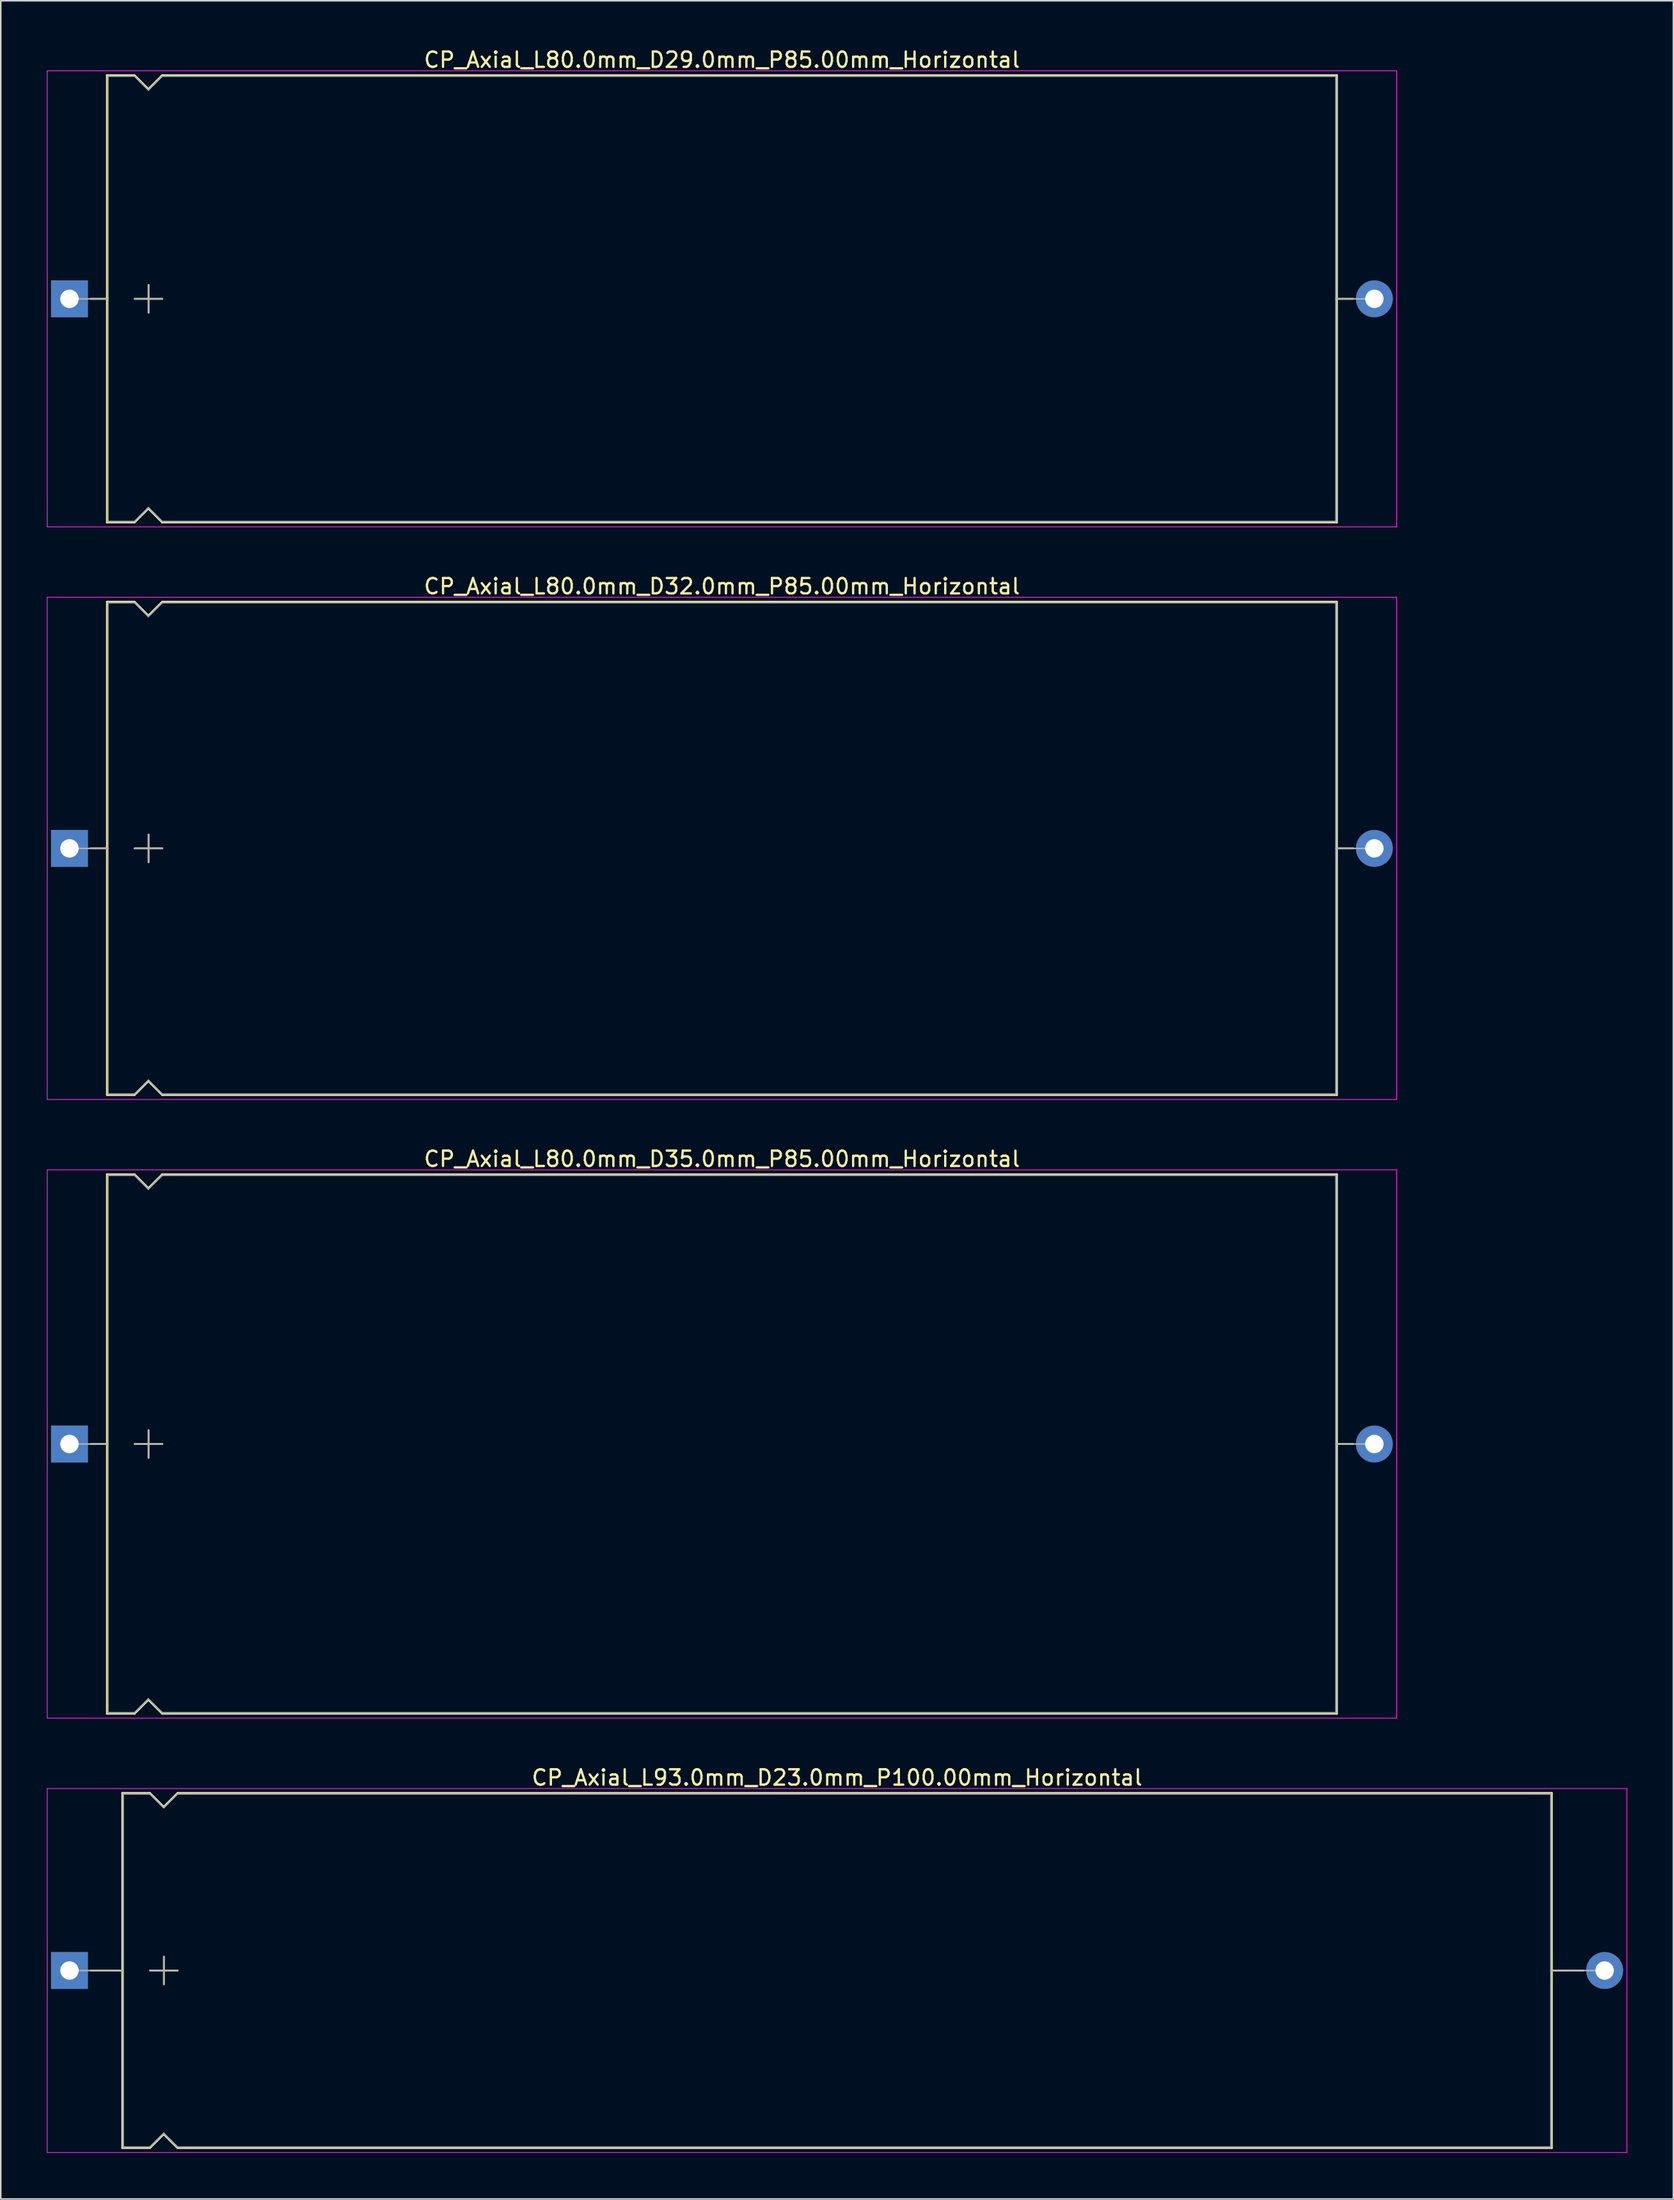
<source format=kicad_pcb>
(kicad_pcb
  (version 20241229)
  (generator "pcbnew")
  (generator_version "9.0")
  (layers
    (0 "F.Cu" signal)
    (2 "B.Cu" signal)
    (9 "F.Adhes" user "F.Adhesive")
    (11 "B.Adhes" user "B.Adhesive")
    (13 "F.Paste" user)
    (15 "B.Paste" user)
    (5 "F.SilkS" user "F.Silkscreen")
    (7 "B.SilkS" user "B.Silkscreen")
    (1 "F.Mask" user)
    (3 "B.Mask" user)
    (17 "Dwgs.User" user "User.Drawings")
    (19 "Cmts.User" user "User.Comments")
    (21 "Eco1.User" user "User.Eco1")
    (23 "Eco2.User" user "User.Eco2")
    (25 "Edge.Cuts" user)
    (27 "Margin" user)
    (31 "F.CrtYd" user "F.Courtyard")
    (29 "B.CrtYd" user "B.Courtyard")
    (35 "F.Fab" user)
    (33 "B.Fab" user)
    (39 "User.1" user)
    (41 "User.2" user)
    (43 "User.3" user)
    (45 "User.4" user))
  (footprint "CP_Axial_L80.0mm_D32.0mm_P85.00mm_Horizontal"
    (layer "F.Cu")
    (at 1.475 52.191)
    (property "Reference" "CP_Axial_L80.0mm_D32.0mm_P85.00mm_Horizontal" (at 42.5 -17.06 0) (layer "F.SilkS") (effects (font (size 1 1) (thickness 0.15))))
    (attr through_hole)
    (fp_line (start 1.38 0) (end 2.44 0) (stroke (width 0.12) (type solid)) (layer "F.SilkS"))
    (fp_line (start 2.44 -16.06) (end 2.44 16.06) (stroke (width 0.12) (type solid)) (layer "F.SilkS"))
    (fp_line (start 2.44 -16.06) (end 4.24 -16.06) (stroke (width 0.12) (type solid)) (layer "F.SilkS"))
    (fp_line (start 2.44 16.06) (end 4.24 16.06) (stroke (width 0.12) (type solid)) (layer "F.SilkS"))
    (fp_line (start 4.24 -16.06) (end 5.14 -15.16) (stroke (width 0.12) (type solid)) (layer "F.SilkS"))
    (fp_line (start 4.24 16.06) (end 5.14 15.16) (stroke (width 0.12) (type solid)) (layer "F.SilkS"))
    (fp_line (start 4.25 0) (end 6.05 0) (stroke (width 0.12) (type solid)) (layer "F.SilkS"))
    (fp_line (start 5.14 -15.16) (end 6.04 -16.06) (stroke (width 0.12) (type solid)) (layer "F.SilkS"))
    (fp_line (start 5.14 15.16) (end 6.04 16.06) (stroke (width 0.12) (type solid)) (layer "F.SilkS"))
    (fp_line (start 5.15 -0.9) (end 5.15 0.9) (stroke (width 0.12) (type solid)) (layer "F.SilkS"))
    (fp_line (start 6.04 -16.06) (end 82.56 -16.06) (stroke (width 0.12) (type solid)) (layer "F.SilkS"))
    (fp_line (start 6.04 16.06) (end 82.56 16.06) (stroke (width 0.12) (type solid)) (layer "F.SilkS"))
    (fp_line (start 82.56 -16.06) (end 82.56 16.06) (stroke (width 0.12) (type solid)) (layer "F.SilkS"))
    (fp_line (start 83.62 0) (end 82.56 0) (stroke (width 0.12) (type solid)) (layer "F.SilkS"))
    (fp_line (start -1.45 -16.35) (end -1.45 16.35) (stroke (width 0.05) (type solid)) (layer "F.CrtYd"))
    (fp_line (start -1.45 16.35) (end 86.45 16.35) (stroke (width 0.05) (type solid)) (layer "F.CrtYd"))
    (fp_line (start 86.45 -16.35) (end -1.45 -16.35) (stroke (width 0.05) (type solid)) (layer "F.CrtYd"))
    (fp_line (start 86.45 16.35) (end 86.45 -16.35) (stroke (width 0.05) (type solid)) (layer "F.CrtYd"))
    (fp_line (start 0 0) (end 2.5 0) (stroke (width 0.1) (type solid)) (layer "F.Fab"))
    (fp_line (start 2.5 -16) (end 2.5 16) (stroke (width 0.1) (type solid)) (layer "F.Fab"))
    (fp_line (start 2.5 -16) (end 4.24 -16) (stroke (width 0.1) (type solid)) (layer "F.Fab"))
    (fp_line (start 2.5 16) (end 4.24 16) (stroke (width 0.1) (type solid)) (layer "F.Fab"))
    (fp_line (start 4.24 -16) (end 5.14 -15.1) (stroke (width 0.1) (type solid)) (layer "F.Fab"))
    (fp_line (start 4.24 16) (end 5.14 15.1) (stroke (width 0.1) (type solid)) (layer "F.Fab"))
    (fp_line (start 4.25 0) (end 6.05 0) (stroke (width 0.1) (type solid)) (layer "F.Fab"))
    (fp_line (start 5.14 -15.1) (end 6.04 -16) (stroke (width 0.1) (type solid)) (layer "F.Fab"))
    (fp_line (start 5.14 15.1) (end 6.04 16) (stroke (width 0.1) (type solid)) (layer "F.Fab"))
    (fp_line (start 5.15 -0.9) (end 5.15 0.9) (stroke (width 0.1) (type solid)) (layer "F.Fab"))
    (fp_line (start 6.04 -16) (end 82.5 -16) (stroke (width 0.1) (type solid)) (layer "F.Fab"))
    (fp_line (start 6.04 16) (end 82.5 16) (stroke (width 0.1) (type solid)) (layer "F.Fab"))
    (fp_line (start 82.5 -16) (end 82.5 16) (stroke (width 0.1) (type solid)) (layer "F.Fab"))
    (fp_line (start 85 0) (end 82.5 0) (stroke (width 0.1) (type solid)) (layer "F.Fab"))
    (pad "1" thru_hole rect (at 0 0) (size 2.4 2.4) (drill 1.2) (layers "*.Cu" "*.Mask"))
    (pad "2" thru_hole oval (at 85 0) (size 2.4 2.4) (drill 1.2) (layers "*.Cu" "*.Mask")))
  (footprint "CP_Axial_L93.0mm_D23.0mm_P100.00mm_Horizontal"
    (layer "F.Cu")
    (at 1.475 125.258)
    (property "Reference" "CP_Axial_L93.0mm_D23.0mm_P100.00mm_Horizontal" (at 50 -12.56 0) (layer "F.SilkS") (effects (font (size 1 1) (thickness 0.15))))
    (attr through_hole)
    (fp_line (start 1.38 0) (end 3.44 0) (stroke (width 0.12) (type solid)) (layer "F.SilkS"))
    (fp_line (start 3.44 -11.56) (end 3.44 11.56) (stroke (width 0.12) (type solid)) (layer "F.SilkS"))
    (fp_line (start 3.44 -11.56) (end 5.24 -11.56) (stroke (width 0.12) (type solid)) (layer "F.SilkS"))
    (fp_line (start 3.44 11.56) (end 5.24 11.56) (stroke (width 0.12) (type solid)) (layer "F.SilkS"))
    (fp_line (start 5.24 -11.56) (end 6.14 -10.66) (stroke (width 0.12) (type solid)) (layer "F.SilkS"))
    (fp_line (start 5.24 11.56) (end 6.14 10.66) (stroke (width 0.12) (type solid)) (layer "F.SilkS"))
    (fp_line (start 5.25 0) (end 7.05 0) (stroke (width 0.12) (type solid)) (layer "F.SilkS"))
    (fp_line (start 6.14 -10.66) (end 7.04 -11.56) (stroke (width 0.12) (type solid)) (layer "F.SilkS"))
    (fp_line (start 6.14 10.66) (end 7.04 11.56) (stroke (width 0.12) (type solid)) (layer "F.SilkS"))
    (fp_line (start 6.15 -0.9) (end 6.15 0.9) (stroke (width 0.12) (type solid)) (layer "F.SilkS"))
    (fp_line (start 7.04 -11.56) (end 96.56 -11.56) (stroke (width 0.12) (type solid)) (layer "F.SilkS"))
    (fp_line (start 7.04 11.56) (end 96.56 11.56) (stroke (width 0.12) (type solid)) (layer "F.SilkS"))
    (fp_line (start 96.56 -11.56) (end 96.56 11.56) (stroke (width 0.12) (type solid)) (layer "F.SilkS"))
    (fp_line (start 98.62 0) (end 96.56 0) (stroke (width 0.12) (type solid)) (layer "F.SilkS"))
    (fp_line (start -1.45 -11.85) (end -1.45 11.85) (stroke (width 0.05) (type solid)) (layer "F.CrtYd"))
    (fp_line (start -1.45 11.85) (end 101.45 11.85) (stroke (width 0.05) (type solid)) (layer "F.CrtYd"))
    (fp_line (start 101.45 -11.85) (end -1.45 -11.85) (stroke (width 0.05) (type solid)) (layer "F.CrtYd"))
    (fp_line (start 101.45 11.85) (end 101.45 -11.85) (stroke (width 0.05) (type solid)) (layer "F.CrtYd"))
    (fp_line (start 0 0) (end 3.5 0) (stroke (width 0.1) (type solid)) (layer "F.Fab"))
    (fp_line (start 3.5 -11.5) (end 3.5 11.5) (stroke (width 0.1) (type solid)) (layer "F.Fab"))
    (fp_line (start 3.5 -11.5) (end 5.24 -11.5) (stroke (width 0.1) (type solid)) (layer "F.Fab"))
    (fp_line (start 3.5 11.5) (end 5.24 11.5) (stroke (width 0.1) (type solid)) (layer "F.Fab"))
    (fp_line (start 5.24 -11.5) (end 6.14 -10.6) (stroke (width 0.1) (type solid)) (layer "F.Fab"))
    (fp_line (start 5.24 11.5) (end 6.14 10.6) (stroke (width 0.1) (type solid)) (layer "F.Fab"))
    (fp_line (start 5.25 0) (end 7.05 0) (stroke (width 0.1) (type solid)) (layer "F.Fab"))
    (fp_line (start 6.14 -10.6) (end 7.04 -11.5) (stroke (width 0.1) (type solid)) (layer "F.Fab"))
    (fp_line (start 6.14 10.6) (end 7.04 11.5) (stroke (width 0.1) (type solid)) (layer "F.Fab"))
    (fp_line (start 6.15 -0.9) (end 6.15 0.9) (stroke (width 0.1) (type solid)) (layer "F.Fab"))
    (fp_line (start 7.04 -11.5) (end 96.5 -11.5) (stroke (width 0.1) (type solid)) (layer "F.Fab"))
    (fp_line (start 7.04 11.5) (end 96.5 11.5) (stroke (width 0.1) (type solid)) (layer "F.Fab"))
    (fp_line (start 96.5 -11.5) (end 96.5 11.5) (stroke (width 0.1) (type solid)) (layer "F.Fab"))
    (fp_line (start 100 0) (end 96.5 0) (stroke (width 0.1) (type solid)) (layer "F.Fab"))
    (pad "1" thru_hole rect (at 0 0) (size 2.4 2.4) (drill 1.2) (layers "*.Cu" "*.Mask"))
    (pad "2" thru_hole oval (at 100 0) (size 2.4 2.4) (drill 1.2) (layers "*.Cu" "*.Mask")))
  (footprint "CP_Axial_L80.0mm_D29.0mm_P85.00mm_Horizontal"
    (layer "F.Cu")
    (at 1.475 16.408)
    (property "Reference" "CP_Axial_L80.0mm_D29.0mm_P85.00mm_Horizontal" (at 42.5 -15.56 0) (layer "F.SilkS") (effects (font (size 1 1) (thickness 0.15))))
    (attr through_hole)
    (fp_line (start 1.38 0) (end 2.44 0) (stroke (width 0.12) (type solid)) (layer "F.SilkS"))
    (fp_line (start 2.44 -14.56) (end 2.44 14.56) (stroke (width 0.12) (type solid)) (layer "F.SilkS"))
    (fp_line (start 2.44 -14.56) (end 4.24 -14.56) (stroke (width 0.12) (type solid)) (layer "F.SilkS"))
    (fp_line (start 2.44 14.56) (end 4.24 14.56) (stroke (width 0.12) (type solid)) (layer "F.SilkS"))
    (fp_line (start 4.24 -14.56) (end 5.14 -13.66) (stroke (width 0.12) (type solid)) (layer "F.SilkS"))
    (fp_line (start 4.24 14.56) (end 5.14 13.66) (stroke (width 0.12) (type solid)) (layer "F.SilkS"))
    (fp_line (start 4.25 0) (end 6.05 0) (stroke (width 0.12) (type solid)) (layer "F.SilkS"))
    (fp_line (start 5.14 -13.66) (end 6.04 -14.56) (stroke (width 0.12) (type solid)) (layer "F.SilkS"))
    (fp_line (start 5.14 13.66) (end 6.04 14.56) (stroke (width 0.12) (type solid)) (layer "F.SilkS"))
    (fp_line (start 5.15 -0.9) (end 5.15 0.9) (stroke (width 0.12) (type solid)) (layer "F.SilkS"))
    (fp_line (start 6.04 -14.56) (end 82.56 -14.56) (stroke (width 0.12) (type solid)) (layer "F.SilkS"))
    (fp_line (start 6.04 14.56) (end 82.56 14.56) (stroke (width 0.12) (type solid)) (layer "F.SilkS"))
    (fp_line (start 82.56 -14.56) (end 82.56 14.56) (stroke (width 0.12) (type solid)) (layer "F.SilkS"))
    (fp_line (start 83.62 0) (end 82.56 0) (stroke (width 0.12) (type solid)) (layer "F.SilkS"))
    (fp_line (start -1.45 -14.85) (end -1.45 14.85) (stroke (width 0.05) (type solid)) (layer "F.CrtYd"))
    (fp_line (start -1.45 14.85) (end 86.45 14.85) (stroke (width 0.05) (type solid)) (layer "F.CrtYd"))
    (fp_line (start 86.45 -14.85) (end -1.45 -14.85) (stroke (width 0.05) (type solid)) (layer "F.CrtYd"))
    (fp_line (start 86.45 14.85) (end 86.45 -14.85) (stroke (width 0.05) (type solid)) (layer "F.CrtYd"))
    (fp_line (start 0 0) (end 2.5 0) (stroke (width 0.1) (type solid)) (layer "F.Fab"))
    (fp_line (start 2.5 -14.5) (end 2.5 14.5) (stroke (width 0.1) (type solid)) (layer "F.Fab"))
    (fp_line (start 2.5 -14.5) (end 4.24 -14.5) (stroke (width 0.1) (type solid)) (layer "F.Fab"))
    (fp_line (start 2.5 14.5) (end 4.24 14.5) (stroke (width 0.1) (type solid)) (layer "F.Fab"))
    (fp_line (start 4.24 -14.5) (end 5.14 -13.6) (stroke (width 0.1) (type solid)) (layer "F.Fab"))
    (fp_line (start 4.24 14.5) (end 5.14 13.6) (stroke (width 0.1) (type solid)) (layer "F.Fab"))
    (fp_line (start 4.25 0) (end 6.05 0) (stroke (width 0.1) (type solid)) (layer "F.Fab"))
    (fp_line (start 5.14 -13.6) (end 6.04 -14.5) (stroke (width 0.1) (type solid)) (layer "F.Fab"))
    (fp_line (start 5.14 13.6) (end 6.04 14.5) (stroke (width 0.1) (type solid)) (layer "F.Fab"))
    (fp_line (start 5.15 -0.9) (end 5.15 0.9) (stroke (width 0.1) (type solid)) (layer "F.Fab"))
    (fp_line (start 6.04 -14.5) (end 82.5 -14.5) (stroke (width 0.1) (type solid)) (layer "F.Fab"))
    (fp_line (start 6.04 14.5) (end 82.5 14.5) (stroke (width 0.1) (type solid)) (layer "F.Fab"))
    (fp_line (start 82.5 -14.5) (end 82.5 14.5) (stroke (width 0.1) (type solid)) (layer "F.Fab"))
    (fp_line (start 85 0) (end 82.5 0) (stroke (width 0.1) (type solid)) (layer "F.Fab"))
    (pad "1" thru_hole rect (at 0 0) (size 2.4 2.4) (drill 1.2) (layers "*.Cu" "*.Mask"))
    (pad "2" thru_hole oval (at 85 0) (size 2.4 2.4) (drill 1.2) (layers "*.Cu" "*.Mask")))
  (footprint "CP_Axial_L80.0mm_D35.0mm_P85.00mm_Horizontal"
    (layer "F.Cu")
    (at 1.475 90.975)
    (property "Reference" "CP_Axial_L80.0mm_D35.0mm_P85.00mm_Horizontal" (at 42.5 -18.56 0) (layer "F.SilkS") (effects (font (size 1 1) (thickness 0.15))))
    (attr through_hole)
    (fp_line (start 1.38 0) (end 2.44 0) (stroke (width 0.12) (type solid)) (layer "F.SilkS"))
    (fp_line (start 2.44 -17.56) (end 2.44 17.56) (stroke (width 0.12) (type solid)) (layer "F.SilkS"))
    (fp_line (start 2.44 -17.56) (end 4.24 -17.56) (stroke (width 0.12) (type solid)) (layer "F.SilkS"))
    (fp_line (start 2.44 17.56) (end 4.24 17.56) (stroke (width 0.12) (type solid)) (layer "F.SilkS"))
    (fp_line (start 4.24 -17.56) (end 5.14 -16.66) (stroke (width 0.12) (type solid)) (layer "F.SilkS"))
    (fp_line (start 4.24 17.56) (end 5.14 16.66) (stroke (width 0.12) (type solid)) (layer "F.SilkS"))
    (fp_line (start 4.25 0) (end 6.05 0) (stroke (width 0.12) (type solid)) (layer "F.SilkS"))
    (fp_line (start 5.14 -16.66) (end 6.04 -17.56) (stroke (width 0.12) (type solid)) (layer "F.SilkS"))
    (fp_line (start 5.14 16.66) (end 6.04 17.56) (stroke (width 0.12) (type solid)) (layer "F.SilkS"))
    (fp_line (start 5.15 -0.9) (end 5.15 0.9) (stroke (width 0.12) (type solid)) (layer "F.SilkS"))
    (fp_line (start 6.04 -17.56) (end 82.56 -17.56) (stroke (width 0.12) (type solid)) (layer "F.SilkS"))
    (fp_line (start 6.04 17.56) (end 82.56 17.56) (stroke (width 0.12) (type solid)) (layer "F.SilkS"))
    (fp_line (start 82.56 -17.56) (end 82.56 17.56) (stroke (width 0.12) (type solid)) (layer "F.SilkS"))
    (fp_line (start 83.62 0) (end 82.56 0) (stroke (width 0.12) (type solid)) (layer "F.SilkS"))
    (fp_line (start -1.45 -17.85) (end -1.45 17.85) (stroke (width 0.05) (type solid)) (layer "F.CrtYd"))
    (fp_line (start -1.45 17.85) (end 86.45 17.85) (stroke (width 0.05) (type solid)) (layer "F.CrtYd"))
    (fp_line (start 86.45 -17.85) (end -1.45 -17.85) (stroke (width 0.05) (type solid)) (layer "F.CrtYd"))
    (fp_line (start 86.45 17.85) (end 86.45 -17.85) (stroke (width 0.05) (type solid)) (layer "F.CrtYd"))
    (fp_line (start 0 0) (end 2.5 0) (stroke (width 0.1) (type solid)) (layer "F.Fab"))
    (fp_line (start 2.5 -17.5) (end 2.5 17.5) (stroke (width 0.1) (type solid)) (layer "F.Fab"))
    (fp_line (start 2.5 -17.5) (end 4.24 -17.5) (stroke (width 0.1) (type solid)) (layer "F.Fab"))
    (fp_line (start 2.5 17.5) (end 4.24 17.5) (stroke (width 0.1) (type solid)) (layer "F.Fab"))
    (fp_line (start 4.24 -17.5) (end 5.14 -16.6) (stroke (width 0.1) (type solid)) (layer "F.Fab"))
    (fp_line (start 4.24 17.5) (end 5.14 16.6) (stroke (width 0.1) (type solid)) (layer "F.Fab"))
    (fp_line (start 4.25 0) (end 6.05 0) (stroke (width 0.1) (type solid)) (layer "F.Fab"))
    (fp_line (start 5.14 -16.6) (end 6.04 -17.5) (stroke (width 0.1) (type solid)) (layer "F.Fab"))
    (fp_line (start 5.14 16.6) (end 6.04 17.5) (stroke (width 0.1) (type solid)) (layer "F.Fab"))
    (fp_line (start 5.15 -0.9) (end 5.15 0.9) (stroke (width 0.1) (type solid)) (layer "F.Fab"))
    (fp_line (start 6.04 -17.5) (end 82.5 -17.5) (stroke (width 0.1) (type solid)) (layer "F.Fab"))
    (fp_line (start 6.04 17.5) (end 82.5 17.5) (stroke (width 0.1) (type solid)) (layer "F.Fab"))
    (fp_line (start 82.5 -17.5) (end 82.5 17.5) (stroke (width 0.1) (type solid)) (layer "F.Fab"))
    (fp_line (start 85 0) (end 82.5 0) (stroke (width 0.1) (type solid)) (layer "F.Fab"))
    (pad "1" thru_hole rect (at 0 0) (size 2.4 2.4) (drill 1.2) (layers "*.Cu" "*.Mask"))
    (pad "2" thru_hole oval (at 85 0) (size 2.4 2.4) (drill 1.2) (layers "*.Cu" "*.Mask")))
  (gr_rect
    (start -3 -3)
    (end 105.95 140.133)
    (stroke (width 0.1) (type default))
    (fill no)
    (layer "Edge.Cuts")))
</source>
